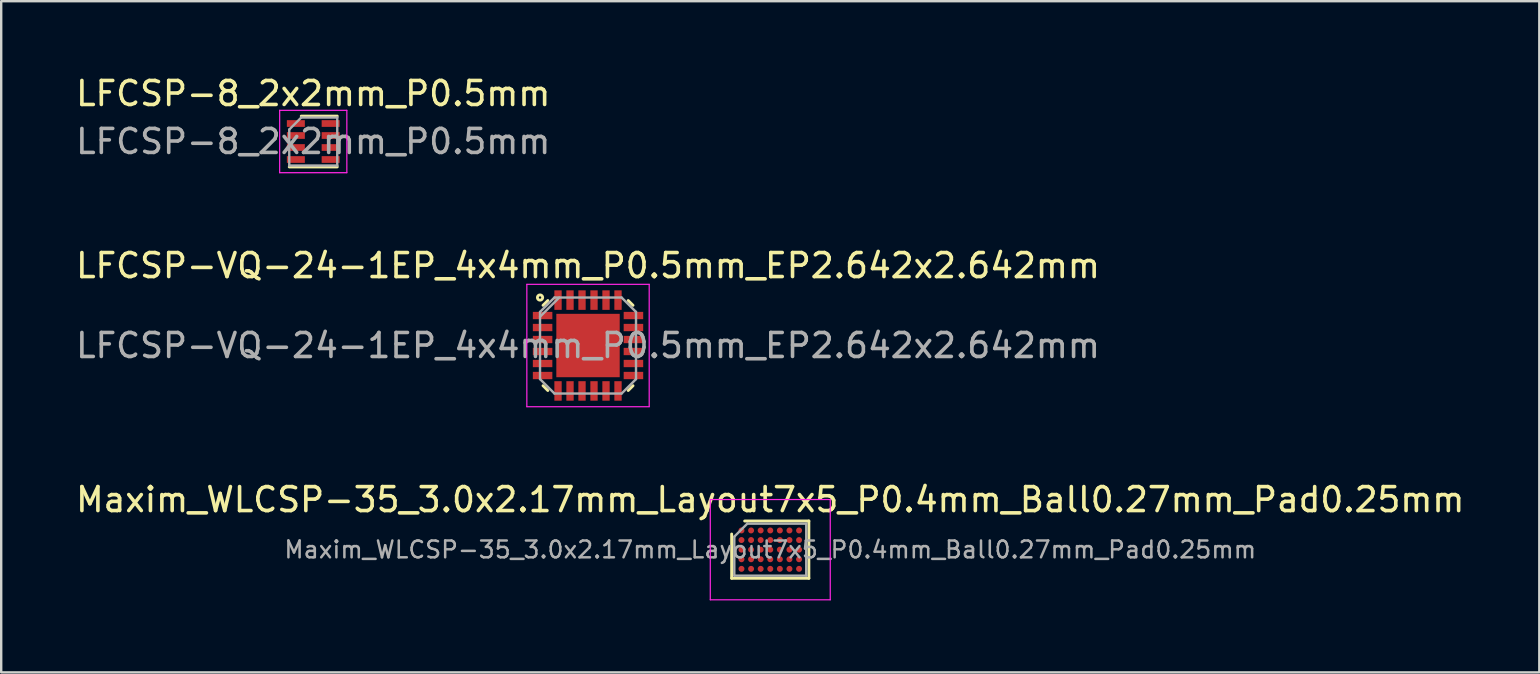
<source format=kicad_pcb>
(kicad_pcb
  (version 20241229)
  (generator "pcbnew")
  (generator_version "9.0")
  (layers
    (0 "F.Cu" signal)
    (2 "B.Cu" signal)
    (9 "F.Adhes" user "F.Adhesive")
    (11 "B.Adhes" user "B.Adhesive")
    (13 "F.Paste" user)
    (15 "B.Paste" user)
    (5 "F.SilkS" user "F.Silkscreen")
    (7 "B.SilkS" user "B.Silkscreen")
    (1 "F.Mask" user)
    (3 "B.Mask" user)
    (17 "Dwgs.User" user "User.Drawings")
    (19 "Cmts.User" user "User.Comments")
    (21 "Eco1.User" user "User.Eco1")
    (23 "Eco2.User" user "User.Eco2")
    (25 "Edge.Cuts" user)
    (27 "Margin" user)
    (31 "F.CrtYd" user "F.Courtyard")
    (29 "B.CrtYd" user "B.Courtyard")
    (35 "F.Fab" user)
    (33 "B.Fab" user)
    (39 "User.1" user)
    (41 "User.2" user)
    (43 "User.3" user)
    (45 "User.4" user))
  (footprint "LFCSP-8_2x2mm_P0.5mm"
    (layer "F.Cu")
    (at 10.006 2.848)
    (property "Reference" "LFCSP-8_2x2mm_P0.5mm" (at 0 -2 0) (layer "F.SilkS") (effects (font (size 1 1) (thickness 0.15))))
    (attr smd)
    (fp_line (start -0.5 -1.06) (end 1 -1.06) (stroke (width 0.12) (type solid)) (layer "F.SilkS"))
    (fp_line (start 1 1.06) (end -1 1.06) (stroke (width 0.12) (type solid)) (layer "F.SilkS"))
    (fp_line (start -1.4 -1.3) (end 1.4 -1.3) (stroke (width 0.05) (type solid)) (layer "F.CrtYd"))
    (fp_line (start -1.4 1.3) (end -1.4 -1.3) (stroke (width 0.05) (type solid)) (layer "F.CrtYd"))
    (fp_line (start 1.4 -1.3) (end 1.4 1.3) (stroke (width 0.05) (type solid)) (layer "F.CrtYd"))
    (fp_line (start 1.4 1.3) (end -1.4 1.3) (stroke (width 0.05) (type solid)) (layer "F.CrtYd"))
    (fp_line (start -1 -0.5) (end -1 1) (stroke (width 0.1) (type solid)) (layer "F.Fab"))
    (fp_line (start -0.5 -1) (end -1 -0.5) (stroke (width 0.1) (type solid)) (layer "F.Fab"))
    (fp_line (start -0.5 -1) (end 1 -1) (stroke (width 0.1) (type solid)) (layer "F.Fab"))
    (fp_line (start 1 1) (end -1 1) (stroke (width 0.1) (type solid)) (layer "F.Fab"))
    (fp_line (start 1 1) (end 1 -1) (stroke (width 0.1) (type solid)) (layer "F.Fab"))
    (fp_text user "${REFERENCE}" (at 0 0 180) (layer "F.Fab") (effects (font (size 1 1) (thickness 0.15))))
    (pad "1" smd rect (at -0.725 -0.75) (size 0.75 0.28) (layers "F.Cu" "F.Mask" "F.Paste"))
    (pad "2" smd rect (at -0.725 -0.25) (size 0.75 0.28) (layers "F.Cu" "F.Mask" "F.Paste"))
    (pad "3" smd rect (at -0.725 0.25) (size 0.75 0.28) (layers "F.Cu" "F.Mask" "F.Paste"))
    (pad "4" smd rect (at -0.725 0.75) (size 0.75 0.28) (layers "F.Cu" "F.Mask" "F.Paste"))
    (pad "5" smd rect (at 0.725 0.75) (size 0.75 0.28) (layers "F.Cu" "F.Mask" "F.Paste"))
    (pad "6" smd rect (at 0.725 0.25) (size 0.75 0.28) (layers "F.Cu" "F.Mask" "F.Paste"))
    (pad "7" smd rect (at 0.725 -0.25) (size 0.75 0.28) (layers "F.Cu" "F.Mask" "F.Paste"))
    (pad "8" smd rect (at 0.725 -0.75) (size 0.75 0.28) (layers "F.Cu" "F.Mask" "F.Paste")))
  (footprint "Maxim_WLCSP-35_3.0x2.17mm_Layout7x5_P0.4mm_Ball0.27mm_Pad0.25mm"
    (layer "F.Cu")
    (at 29.054 19.859)
    (property "Reference" "Maxim_WLCSP-35_3.0x2.17mm_Layout7x5_P0.4mm_Ball0.27mm_Pad0.25mm" (at 0 -2.084 0) (layer "F.SilkS") (effects (font (size 1 1) (thickness 0.15))))
    (attr smd)
    (fp_line (start -1.609 1.194) (end -1.609 -0.652) (stroke (width 0.12) (type solid)) (layer "F.SilkS"))
    (fp_line (start -1.067 -1.194) (end 1.609 -1.194) (stroke (width 0.12) (type solid)) (layer "F.SilkS"))
    (fp_line (start 1.609 -1.194) (end 1.609 1.194) (stroke (width 0.12) (type solid)) (layer "F.SilkS"))
    (fp_line (start 1.609 1.194) (end -1.609 1.194) (stroke (width 0.12) (type solid)) (layer "F.SilkS"))
    (fp_line (start -2.5 -2.09) (end -2.5 2.09) (stroke (width 0.05) (type solid)) (layer "F.CrtYd"))
    (fp_line (start -2.5 2.09) (end 2.5 2.09) (stroke (width 0.05) (type solid)) (layer "F.CrtYd"))
    (fp_line (start 2.5 -2.09) (end -2.5 -2.09) (stroke (width 0.05) (type solid)) (layer "F.CrtYd"))
    (fp_line (start 2.5 2.09) (end 2.5 -2.09) (stroke (width 0.05) (type solid)) (layer "F.CrtYd"))
    (fp_line (start -1.499 -0.542) (end -0.957 -1.084) (stroke (width 0.1) (type solid)) (layer "F.Fab"))
    (fp_line (start -1.499 1.084) (end -1.499 -0.542) (stroke (width 0.1) (type solid)) (layer "F.Fab"))
    (fp_line (start -0.957 -1.084) (end 1.499 -1.084) (stroke (width 0.1) (type solid)) (layer "F.Fab"))
    (fp_line (start 1.499 -1.084) (end 1.499 1.084) (stroke (width 0.1) (type solid)) (layer "F.Fab"))
    (fp_line (start 1.499 1.084) (end -1.499 1.084) (stroke (width 0.1) (type solid)) (layer "F.Fab"))
    (fp_text user "${REFERENCE}" (at 0 0 0) (layer "F.Fab") (effects (font (size 0.7 0.7) (thickness 0.105))))
    (pad "A1" smd circle (at -1.2 -0.8) (size 0.25 0.25) (layers "F.Cu" "F.Mask" "F.Paste"))
    (pad "A2" smd circle (at -0.8 -0.8) (size 0.25 0.25) (layers "F.Cu" "F.Mask" "F.Paste"))
    (pad "A3" smd circle (at -0.4 -0.8) (size 0.25 0.25) (layers "F.Cu" "F.Mask" "F.Paste"))
    (pad "A4" smd circle (at 0 -0.8) (size 0.25 0.25) (layers "F.Cu" "F.Mask" "F.Paste"))
    (pad "A5" smd circle (at 0.4 -0.8) (size 0.25 0.25) (layers "F.Cu" "F.Mask" "F.Paste"))
    (pad "A6" smd circle (at 0.8 -0.8) (size 0.25 0.25) (layers "F.Cu" "F.Mask" "F.Paste"))
    (pad "A7" smd circle (at 1.2 -0.8) (size 0.25 0.25) (layers "F.Cu" "F.Mask" "F.Paste"))
    (pad "B1" smd circle (at -1.2 -0.4) (size 0.25 0.25) (layers "F.Cu" "F.Mask" "F.Paste"))
    (pad "B2" smd circle (at -0.8 -0.4) (size 0.25 0.25) (layers "F.Cu" "F.Mask" "F.Paste"))
    (pad "B3" smd circle (at -0.4 -0.4) (size 0.25 0.25) (layers "F.Cu" "F.Mask" "F.Paste"))
    (pad "B4" smd circle (at 0 -0.4) (size 0.25 0.25) (layers "F.Cu" "F.Mask" "F.Paste"))
    (pad "B5" smd circle (at 0.4 -0.4) (size 0.25 0.25) (layers "F.Cu" "F.Mask" "F.Paste"))
    (pad "B6" smd circle (at 0.8 -0.4) (size 0.25 0.25) (layers "F.Cu" "F.Mask" "F.Paste"))
    (pad "B7" smd circle (at 1.2 -0.4) (size 0.25 0.25) (layers "F.Cu" "F.Mask" "F.Paste"))
    (pad "C1" smd circle (at -1.2 0) (size 0.25 0.25) (layers "F.Cu" "F.Mask" "F.Paste"))
    (pad "C2" smd circle (at -0.8 0) (size 0.25 0.25) (layers "F.Cu" "F.Mask" "F.Paste"))
    (pad "C3" smd circle (at -0.4 0) (size 0.25 0.25) (layers "F.Cu" "F.Mask" "F.Paste"))
    (pad "C4" smd circle (at 0 0) (size 0.25 0.25) (layers "F.Cu" "F.Mask" "F.Paste"))
    (pad "C5" smd circle (at 0.4 0) (size 0.25 0.25) (layers "F.Cu" "F.Mask" "F.Paste"))
    (pad "C6" smd circle (at 0.8 0) (size 0.25 0.25) (layers "F.Cu" "F.Mask" "F.Paste"))
    (pad "C7" smd circle (at 1.2 0) (size 0.25 0.25) (layers "F.Cu" "F.Mask" "F.Paste"))
    (pad "D1" smd circle (at -1.2 0.4) (size 0.25 0.25) (layers "F.Cu" "F.Mask" "F.Paste"))
    (pad "D2" smd circle (at -0.8 0.4) (size 0.25 0.25) (layers "F.Cu" "F.Mask" "F.Paste"))
    (pad "D3" smd circle (at -0.4 0.4) (size 0.25 0.25) (layers "F.Cu" "F.Mask" "F.Paste"))
    (pad "D4" smd circle (at 0 0.4) (size 0.25 0.25) (layers "F.Cu" "F.Mask" "F.Paste"))
    (pad "D5" smd circle (at 0.4 0.4) (size 0.25 0.25) (layers "F.Cu" "F.Mask" "F.Paste"))
    (pad "D6" smd circle (at 0.8 0.4) (size 0.25 0.25) (layers "F.Cu" "F.Mask" "F.Paste"))
    (pad "D7" smd circle (at 1.2 0.4) (size 0.25 0.25) (layers "F.Cu" "F.Mask" "F.Paste"))
    (pad "E1" smd circle (at -1.2 0.8) (size 0.25 0.25) (layers "F.Cu" "F.Mask" "F.Paste"))
    (pad "E2" smd circle (at -0.8 0.8) (size 0.25 0.25) (layers "F.Cu" "F.Mask" "F.Paste"))
    (pad "E3" smd circle (at -0.4 0.8) (size 0.25 0.25) (layers "F.Cu" "F.Mask" "F.Paste"))
    (pad "E4" smd circle (at 0 0.8) (size 0.25 0.25) (layers "F.Cu" "F.Mask" "F.Paste"))
    (pad "E5" smd circle (at 0.4 0.8) (size 0.25 0.25) (layers "F.Cu" "F.Mask" "F.Paste"))
    (pad "E6" smd circle (at 0.8 0.8) (size 0.25 0.25) (layers "F.Cu" "F.Mask" "F.Paste"))
    (pad "E7" smd circle (at 1.2 0.8) (size 0.25 0.25) (layers "F.Cu" "F.Mask" "F.Paste")))
  (footprint "LFCSP-VQ-24-1EP_4x4mm_P0.5mm_EP2.642x2.642mm"
    (layer "F.Cu")
    (at 21.458 11.351)
    (property "Reference" "LFCSP-VQ-24-1EP_4x4mm_P0.5mm_EP2.642x2.642mm" (at 0 -3.33 0) (layer "F.SilkS") (effects (font (size 1 1) (thickness 0.15))))
    (attr smd)
    (fp_line (start -1.675 -1.875) (end -1.875 -1.675) (stroke (width 0.12) (type solid)) (layer "F.SilkS"))
    (fp_line (start -1.675 1.875) (end -1.875 1.675) (stroke (width 0.12) (type solid)) (layer "F.SilkS"))
    (fp_line (start 1.675 1.875) (end 1.875 1.675) (stroke (width 0.12) (type solid)) (layer "F.SilkS"))
    (fp_line (start 1.875 -1.675) (end 1.675 -1.875) (stroke (width 0.12) (type solid)) (layer "F.SilkS"))
    (fp_circle (center -2 -2) (end -2.05 -2) (stroke (width 0.12) (type solid)) (fill no) (layer "F.SilkS"))
    (fp_line (start -2.55 -2.55) (end -2.55 2.55) (stroke (width 0.05) (type solid)) (layer "F.CrtYd"))
    (fp_line (start -2.55 -2.55) (end 2.55 -2.55) (stroke (width 0.05) (type solid)) (layer "F.CrtYd"))
    (fp_line (start -2.55 2.55) (end 2.55 2.55) (stroke (width 0.05) (type solid)) (layer "F.CrtYd"))
    (fp_line (start 2.55 -2.55) (end 2.55 2.55) (stroke (width 0.05) (type solid)) (layer "F.CrtYd"))
    (fp_line (start -2 -1.4) (end -1.4 -2) (stroke (width 0.1) (type solid)) (layer "F.Fab"))
    (fp_line (start -2 1.4) (end -2 -1.4) (stroke (width 0.1) (type solid)) (layer "F.Fab"))
    (fp_line (start -2 1.4) (end -1.4 2) (stroke (width 0.1) (type solid)) (layer "F.Fab"))
    (fp_line (start -1.4 -2) (end 1.4 -2) (stroke (width 0.1) (type solid)) (layer "F.Fab"))
    (fp_line (start -1.2 -2) (end -2 -1.2) (stroke (width 0.1) (type solid)) (layer "F.Fab"))
    (fp_line (start 1.4 -2) (end 2 -1.4) (stroke (width 0.1) (type solid)) (layer "F.Fab"))
    (fp_line (start 1.4 2) (end -1.4 2) (stroke (width 0.1) (type solid)) (layer "F.Fab"))
    (fp_line (start 1.4 2) (end 2 1.4) (stroke (width 0.1) (type solid)) (layer "F.Fab"))
    (fp_line (start 2 -1.4) (end 2 1.4) (stroke (width 0.1) (type solid)) (layer "F.Fab"))
    (fp_text user "${REFERENCE}" (at 0 0 0) (layer "F.Fab") (effects (font (size 1 1) (thickness 0.15))))
    (pad "" smd rect (at -0.65 -0.65) (size 1.05 1.05) (layers "F.Paste"))
    (pad "" smd rect (at -0.65 0.65) (size 1.05 1.05) (layers "F.Paste"))
    (pad "" smd rect (at 0.65 -0.65) (size 1.05 1.05) (layers "F.Paste"))
    (pad "" smd rect (at 0.65 0.65) (size 1.05 1.05) (layers "F.Paste"))
    (pad "1" smd rect (at -1.893 -1.25) (size 0.813 0.305) (layers "F.Cu" "F.Mask" "F.Paste"))
    (pad "2" smd rect (at -1.893 -0.75) (size 0.813 0.305) (layers "F.Cu" "F.Mask" "F.Paste"))
    (pad "3" smd rect (at -1.893 -0.25) (size 0.813 0.305) (layers "F.Cu" "F.Mask" "F.Paste"))
    (pad "4" smd rect (at -1.893 0.25) (size 0.813 0.305) (layers "F.Cu" "F.Mask" "F.Paste"))
    (pad "5" smd rect (at -1.893 0.75) (size 0.813 0.305) (layers "F.Cu" "F.Mask" "F.Paste"))
    (pad "6" smd rect (at -1.893 1.25) (size 0.813 0.305) (layers "F.Cu" "F.Mask" "F.Paste"))
    (pad "7" smd rect (at -1.25 1.893 90) (size 0.813 0.305) (layers "F.Cu" "F.Mask" "F.Paste"))
    (pad "8" smd rect (at -0.75 1.893 90) (size 0.813 0.305) (layers "F.Cu" "F.Mask" "F.Paste"))
    (pad "9" smd rect (at -0.25 1.893 90) (size 0.813 0.305) (layers "F.Cu" "F.Mask" "F.Paste"))
    (pad "10" smd rect (at 0.25 1.893 90) (size 0.813 0.305) (layers "F.Cu" "F.Mask" "F.Paste"))
    (pad "11" smd rect (at 0.75 1.893 90) (size 0.813 0.305) (layers "F.Cu" "F.Mask" "F.Paste"))
    (pad "12" smd rect (at 1.25 1.893 90) (size 0.813 0.305) (layers "F.Cu" "F.Mask" "F.Paste"))
    (pad "13" smd rect (at 1.893 1.25) (size 0.813 0.305) (layers "F.Cu" "F.Mask" "F.Paste"))
    (pad "14" smd rect (at 1.893 0.75) (size 0.813 0.305) (layers "F.Cu" "F.Mask" "F.Paste"))
    (pad "15" smd rect (at 1.893 0.25) (size 0.813 0.305) (layers "F.Cu" "F.Mask" "F.Paste"))
    (pad "16" smd rect (at 1.893 -0.25) (size 0.813 0.305) (layers "F.Cu" "F.Mask" "F.Paste"))
    (pad "17" smd rect (at 1.893 -0.75) (size 0.813 0.305) (layers "F.Cu" "F.Mask" "F.Paste"))
    (pad "18" smd rect (at 1.893 -1.25) (size 0.813 0.305) (layers "F.Cu" "F.Mask" "F.Paste"))
    (pad "19" smd rect (at 1.25 -1.893 90) (size 0.813 0.305) (layers "F.Cu" "F.Mask" "F.Paste"))
    (pad "20" smd rect (at 0.75 -1.893 90) (size 0.813 0.305) (layers "F.Cu" "F.Mask" "F.Paste"))
    (pad "21" smd rect (at 0.25 -1.893 90) (size 0.813 0.305) (layers "F.Cu" "F.Mask" "F.Paste"))
    (pad "22" smd rect (at -0.25 -1.893 90) (size 0.813 0.305) (layers "F.Cu" "F.Mask" "F.Paste"))
    (pad "23" smd rect (at -0.75 -1.893 90) (size 0.813 0.305) (layers "F.Cu" "F.Mask" "F.Paste"))
    (pad "24" smd rect (at -1.25 -1.893 90) (size 0.813 0.305) (layers "F.Cu" "F.Mask" "F.Paste"))
    (pad "25" smd rect (at 0 0) (size 2.642 2.642) (layers "F.Cu" "F.Mask")))
  (gr_rect
    (start -3 -3)
    (end 61.107 24.974)
    (stroke (width 0.1) (type default))
    (fill no)
    (layer "Edge.Cuts")))
</source>
